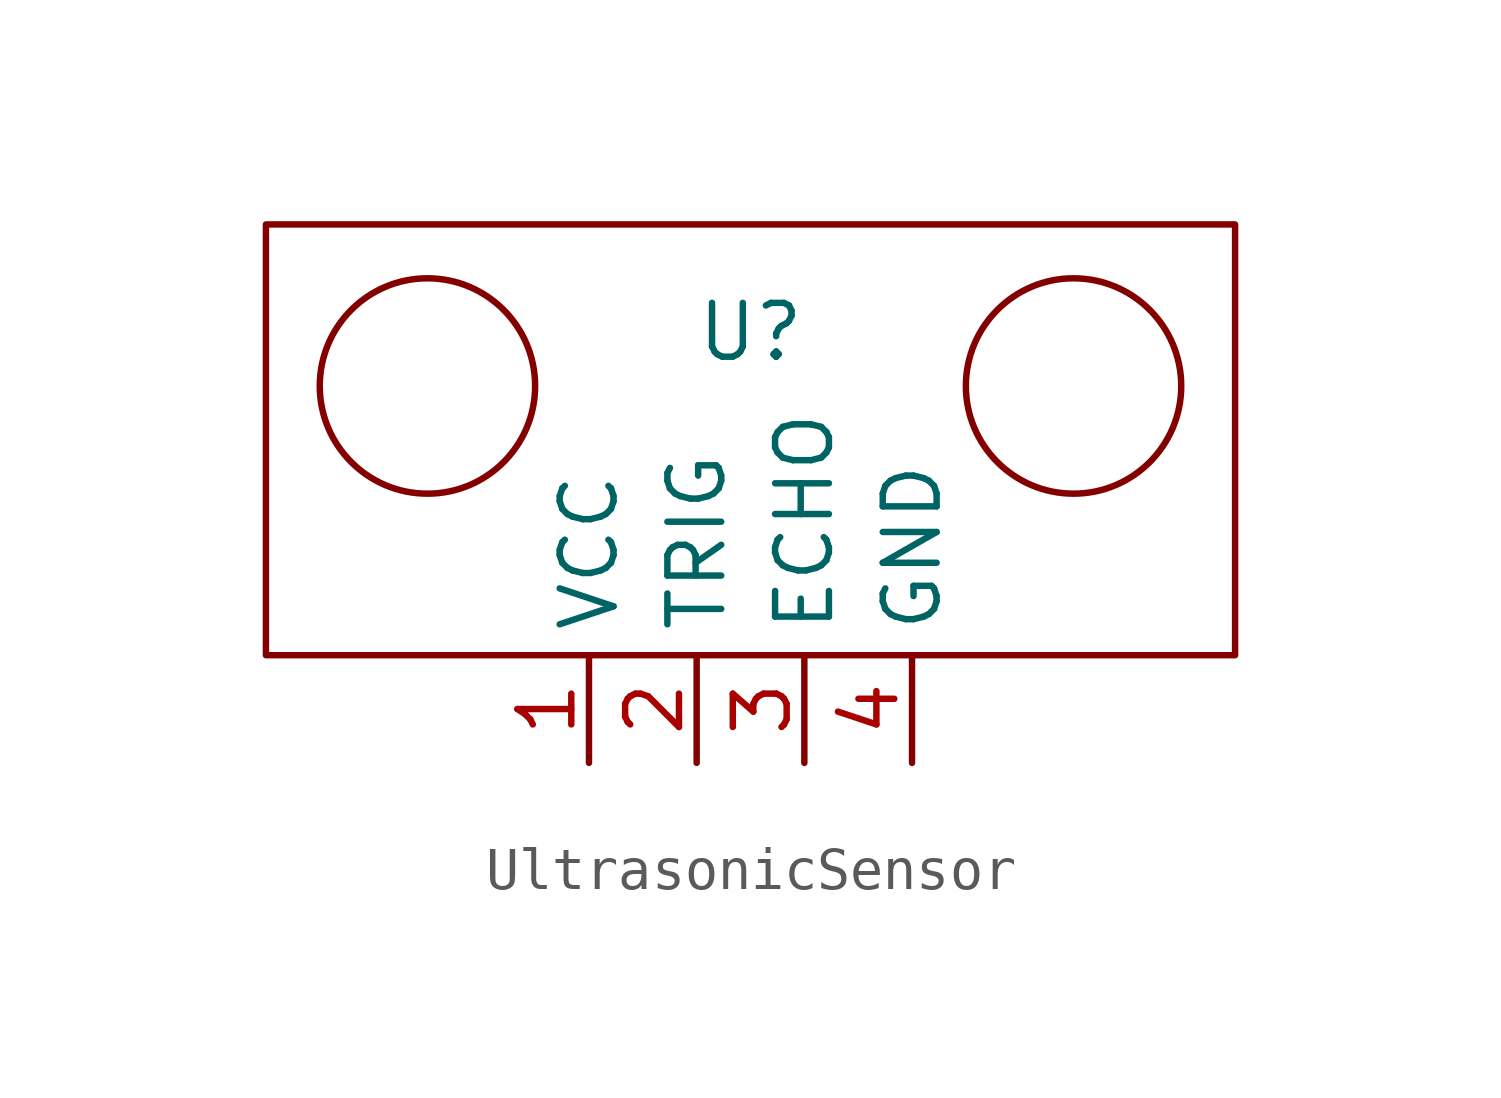
<source format=kicad_sym>
(kicad_symbol_lib
  (version 20220914)
  (generator kicad_symbol_editor)
  (symbol "UltrasonicSensor"
    (property "Reference" "U"
      (at 0 2.54 0)
      (effects (font (size 1.27 1.27))))
    (property "Value" ""
      (at -1.27 -5.08 90)
      (effects (font (size 1.27 1.27))))
    (symbol "UltrasonicSensor_0_1"
      (rectangle (start -11.43 5.08) (end 11.43 -5.08) (stroke (width 0) (type default)) (fill (type none)))
      (circle (center -7.62 1.27) (radius 2.54) (stroke (width 0) (type default)) (fill (type none)))
      (circle (center 7.62 1.27) (radius 2.54) (stroke (width 0) (type default)) (fill (type none))))
    (symbol "UltrasonicSensor_1_1"
      (pin input line (at -3.81 -7.62 90) (length 2.54) (name "VCC" (effects (font (size 1.27 1.27)))) (number "1" (effects (font (size 1.27 1.27)))))
      (pin input line (at -1.27 -7.62 90) (length 2.54) (name "TRIG" (effects (font (size 1.27 1.27)))) (number "2" (effects (font (size 1.27 1.27)))))
      (pin input line (at 1.27 -7.62 90) (length 2.54) (name "ECHO" (effects (font (size 1.27 1.27)))) (number "3" (effects (font (size 1.27 1.27)))))
      (pin input line (at 3.81 -7.62 90) (length 2.54) (name "GND" (effects (font (size 1.27 1.27)))) (number "4" (effects (font (size 1.27 1.27))))))))
</source>
